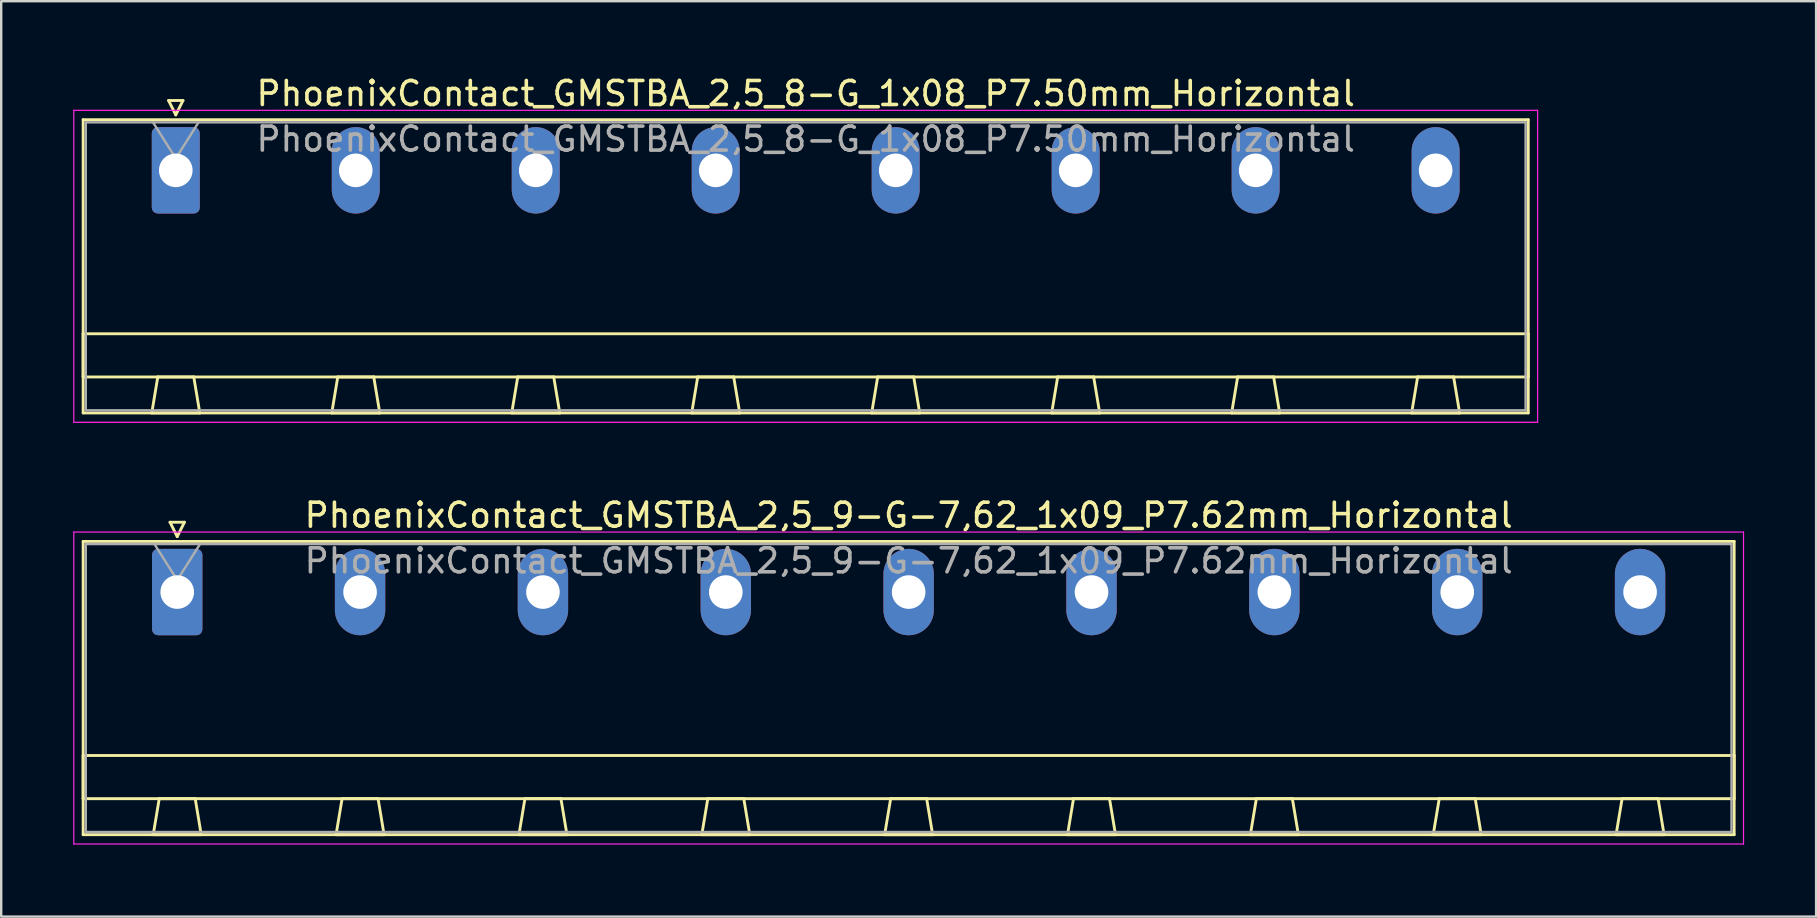
<source format=kicad_pcb>
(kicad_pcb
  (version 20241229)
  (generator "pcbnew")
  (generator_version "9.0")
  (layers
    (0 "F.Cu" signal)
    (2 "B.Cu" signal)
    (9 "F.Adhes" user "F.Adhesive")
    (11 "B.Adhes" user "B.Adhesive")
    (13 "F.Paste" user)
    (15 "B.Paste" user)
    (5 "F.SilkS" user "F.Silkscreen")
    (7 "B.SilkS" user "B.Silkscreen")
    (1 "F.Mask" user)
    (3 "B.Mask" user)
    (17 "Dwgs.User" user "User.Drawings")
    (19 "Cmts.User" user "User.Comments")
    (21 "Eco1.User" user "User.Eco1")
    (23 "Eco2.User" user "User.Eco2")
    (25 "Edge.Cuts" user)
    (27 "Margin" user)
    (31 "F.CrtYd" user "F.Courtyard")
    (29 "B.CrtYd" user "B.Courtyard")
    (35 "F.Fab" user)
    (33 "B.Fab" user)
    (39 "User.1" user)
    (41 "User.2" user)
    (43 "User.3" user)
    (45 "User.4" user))
  (footprint "PhoenixContact_GMSTBA_2,5_9-G-7,62_1x09_P7.62mm_Horizontal"
    (layer "F.Cu")
    (at 4.335 21.622)
    (property "Reference" "PhoenixContact_GMSTBA_2,5_9-G-7,62_1x09_P7.62mm_Horizontal" (at 30.48 -3.2 0) (layer "F.SilkS") (effects (font (size 1 1) (thickness 0.15))))
    (attr through_hole)
    (fp_line (start -3.92 -2.11) (end -3.92 10.11) (stroke (width 0.12) (type solid)) (layer "F.SilkS"))
    (fp_line (start -3.92 6.81) (end 64.88 6.81) (stroke (width 0.12) (type solid)) (layer "F.SilkS"))
    (fp_line (start -3.92 8.61) (end -3.92 6.81) (stroke (width 0.12) (type solid)) (layer "F.SilkS"))
    (fp_line (start -3.92 10.11) (end 64.88 10.11) (stroke (width 0.12) (type solid)) (layer "F.SilkS"))
    (fp_line (start -1 10.11) (end 1 10.11) (stroke (width 0.12) (type solid)) (layer "F.SilkS"))
    (fp_line (start -0.75 8.61) (end -1 10.11) (stroke (width 0.12) (type solid)) (layer "F.SilkS"))
    (fp_line (start -0.3 -2.91) (end 0.3 -2.91) (stroke (width 0.12) (type solid)) (layer "F.SilkS"))
    (fp_line (start 0 -2.31) (end -0.3 -2.91) (stroke (width 0.12) (type solid)) (layer "F.SilkS"))
    (fp_line (start 0.3 -2.91) (end 0 -2.31) (stroke (width 0.12) (type solid)) (layer "F.SilkS"))
    (fp_line (start 0.75 8.61) (end -0.75 8.61) (stroke (width 0.12) (type solid)) (layer "F.SilkS"))
    (fp_line (start 1 10.11) (end 0.75 8.61) (stroke (width 0.12) (type solid)) (layer "F.SilkS"))
    (fp_line (start 6.62 10.11) (end 8.62 10.11) (stroke (width 0.12) (type solid)) (layer "F.SilkS"))
    (fp_line (start 6.87 8.61) (end 6.62 10.11) (stroke (width 0.12) (type solid)) (layer "F.SilkS"))
    (fp_line (start 8.37 8.61) (end 6.87 8.61) (stroke (width 0.12) (type solid)) (layer "F.SilkS"))
    (fp_line (start 8.62 10.11) (end 8.37 8.61) (stroke (width 0.12) (type solid)) (layer "F.SilkS"))
    (fp_line (start 14.24 10.11) (end 16.24 10.11) (stroke (width 0.12) (type solid)) (layer "F.SilkS"))
    (fp_line (start 14.49 8.61) (end 14.24 10.11) (stroke (width 0.12) (type solid)) (layer "F.SilkS"))
    (fp_line (start 15.99 8.61) (end 14.49 8.61) (stroke (width 0.12) (type solid)) (layer "F.SilkS"))
    (fp_line (start 16.24 10.11) (end 15.99 8.61) (stroke (width 0.12) (type solid)) (layer "F.SilkS"))
    (fp_line (start 21.86 10.11) (end 23.86 10.11) (stroke (width 0.12) (type solid)) (layer "F.SilkS"))
    (fp_line (start 22.11 8.61) (end 21.86 10.11) (stroke (width 0.12) (type solid)) (layer "F.SilkS"))
    (fp_line (start 23.61 8.61) (end 22.11 8.61) (stroke (width 0.12) (type solid)) (layer "F.SilkS"))
    (fp_line (start 23.86 10.11) (end 23.61 8.61) (stroke (width 0.12) (type solid)) (layer "F.SilkS"))
    (fp_line (start 29.48 10.11) (end 31.48 10.11) (stroke (width 0.12) (type solid)) (layer "F.SilkS"))
    (fp_line (start 29.73 8.61) (end 29.48 10.11) (stroke (width 0.12) (type solid)) (layer "F.SilkS"))
    (fp_line (start 31.23 8.61) (end 29.73 8.61) (stroke (width 0.12) (type solid)) (layer "F.SilkS"))
    (fp_line (start 31.48 10.11) (end 31.23 8.61) (stroke (width 0.12) (type solid)) (layer "F.SilkS"))
    (fp_line (start 37.1 10.11) (end 39.1 10.11) (stroke (width 0.12) (type solid)) (layer "F.SilkS"))
    (fp_line (start 37.35 8.61) (end 37.1 10.11) (stroke (width 0.12) (type solid)) (layer "F.SilkS"))
    (fp_line (start 38.85 8.61) (end 37.35 8.61) (stroke (width 0.12) (type solid)) (layer "F.SilkS"))
    (fp_line (start 39.1 10.11) (end 38.85 8.61) (stroke (width 0.12) (type solid)) (layer "F.SilkS"))
    (fp_line (start 44.72 10.11) (end 46.72 10.11) (stroke (width 0.12) (type solid)) (layer "F.SilkS"))
    (fp_line (start 44.97 8.61) (end 44.72 10.11) (stroke (width 0.12) (type solid)) (layer "F.SilkS"))
    (fp_line (start 46.47 8.61) (end 44.97 8.61) (stroke (width 0.12) (type solid)) (layer "F.SilkS"))
    (fp_line (start 46.72 10.11) (end 46.47 8.61) (stroke (width 0.12) (type solid)) (layer "F.SilkS"))
    (fp_line (start 52.34 10.11) (end 54.34 10.11) (stroke (width 0.12) (type solid)) (layer "F.SilkS"))
    (fp_line (start 52.59 8.61) (end 52.34 10.11) (stroke (width 0.12) (type solid)) (layer "F.SilkS"))
    (fp_line (start 54.09 8.61) (end 52.59 8.61) (stroke (width 0.12) (type solid)) (layer "F.SilkS"))
    (fp_line (start 54.34 10.11) (end 54.09 8.61) (stroke (width 0.12) (type solid)) (layer "F.SilkS"))
    (fp_line (start 59.96 10.11) (end 61.96 10.11) (stroke (width 0.12) (type solid)) (layer "F.SilkS"))
    (fp_line (start 60.21 8.61) (end 59.96 10.11) (stroke (width 0.12) (type solid)) (layer "F.SilkS"))
    (fp_line (start 61.71 8.61) (end 60.21 8.61) (stroke (width 0.12) (type solid)) (layer "F.SilkS"))
    (fp_line (start 61.96 10.11) (end 61.71 8.61) (stroke (width 0.12) (type solid)) (layer "F.SilkS"))
    (fp_line (start 64.88 -2.11) (end -3.92 -2.11) (stroke (width 0.12) (type solid)) (layer "F.SilkS"))
    (fp_line (start 64.88 6.81) (end 64.88 8.61) (stroke (width 0.12) (type solid)) (layer "F.SilkS"))
    (fp_line (start 64.88 8.61) (end -3.92 8.61) (stroke (width 0.12) (type solid)) (layer "F.SilkS"))
    (fp_line (start 64.88 10.11) (end 64.88 -2.11) (stroke (width 0.12) (type solid)) (layer "F.SilkS"))
    (fp_line (start -4.31 -2.5) (end -4.31 10.5) (stroke (width 0.05) (type solid)) (layer "F.CrtYd"))
    (fp_line (start -4.31 10.5) (end 65.27 10.5) (stroke (width 0.05) (type solid)) (layer "F.CrtYd"))
    (fp_line (start 65.27 -2.5) (end -4.31 -2.5) (stroke (width 0.05) (type solid)) (layer "F.CrtYd"))
    (fp_line (start 65.27 10.5) (end 65.27 -2.5) (stroke (width 0.05) (type solid)) (layer "F.CrtYd"))
    (fp_line (start -3.81 -2) (end -3.81 10) (stroke (width 0.1) (type solid)) (layer "F.Fab"))
    (fp_line (start -3.81 10) (end 64.77 10) (stroke (width 0.1) (type solid)) (layer "F.Fab"))
    (fp_line (start 0 -0.5) (end -0.95 -2) (stroke (width 0.1) (type solid)) (layer "F.Fab"))
    (fp_line (start 0.95 -2) (end 0 -0.5) (stroke (width 0.1) (type solid)) (layer "F.Fab"))
    (fp_line (start 64.77 -2) (end -3.81 -2) (stroke (width 0.1) (type solid)) (layer "F.Fab"))
    (fp_line (start 64.77 10) (end 64.77 -2) (stroke (width 0.1) (type solid)) (layer "F.Fab"))
    (fp_text user "${REFERENCE}" (at 30.48 -1.3 0) (layer "F.Fab") (effects (font (size 1 1) (thickness 0.15))))
    (pad "1" thru_hole roundrect (at 0 0) (size 2.1 3.6) (drill 1.4) (layers "*.Cu" "*.Mask") (roundrect_rratio 0.119))
    (pad "2" thru_hole oval (at 7.62 0) (size 2.1 3.6) (drill 1.4) (layers "*.Cu" "*.Mask"))
    (pad "3" thru_hole oval (at 15.24 0) (size 2.1 3.6) (drill 1.4) (layers "*.Cu" "*.Mask"))
    (pad "4" thru_hole oval (at 22.86 0) (size 2.1 3.6) (drill 1.4) (layers "*.Cu" "*.Mask"))
    (pad "5" thru_hole oval (at 30.48 0) (size 2.1 3.6) (drill 1.4) (layers "*.Cu" "*.Mask"))
    (pad "6" thru_hole oval (at 38.1 0) (size 2.1 3.6) (drill 1.4) (layers "*.Cu" "*.Mask"))
    (pad "7" thru_hole oval (at 45.72 0) (size 2.1 3.6) (drill 1.4) (layers "*.Cu" "*.Mask"))
    (pad "8" thru_hole oval (at 53.34 0) (size 2.1 3.6) (drill 1.4) (layers "*.Cu" "*.Mask"))
    (pad "9" thru_hole oval (at 60.96 0) (size 2.1 3.6) (drill 1.4) (layers "*.Cu" "*.Mask")))
  (footprint "PhoenixContact_GMSTBA_2,5_8-G_1x08_P7.50mm_Horizontal"
    (layer "F.Cu")
    (at 4.275 4.048)
    (property "Reference" "PhoenixContact_GMSTBA_2,5_8-G_1x08_P7.50mm_Horizontal" (at 26.25 -3.2 0) (layer "F.SilkS") (effects (font (size 1 1) (thickness 0.15))))
    (attr through_hole)
    (fp_line (start -3.86 -2.11) (end -3.86 10.11) (stroke (width 0.12) (type solid)) (layer "F.SilkS"))
    (fp_line (start -3.86 6.81) (end 56.36 6.81) (stroke (width 0.12) (type solid)) (layer "F.SilkS"))
    (fp_line (start -3.86 8.61) (end -3.86 6.81) (stroke (width 0.12) (type solid)) (layer "F.SilkS"))
    (fp_line (start -3.86 10.11) (end 56.36 10.11) (stroke (width 0.12) (type solid)) (layer "F.SilkS"))
    (fp_line (start -1 10.11) (end 1 10.11) (stroke (width 0.12) (type solid)) (layer "F.SilkS"))
    (fp_line (start -0.75 8.61) (end -1 10.11) (stroke (width 0.12) (type solid)) (layer "F.SilkS"))
    (fp_line (start -0.3 -2.91) (end 0.3 -2.91) (stroke (width 0.12) (type solid)) (layer "F.SilkS"))
    (fp_line (start 0 -2.31) (end -0.3 -2.91) (stroke (width 0.12) (type solid)) (layer "F.SilkS"))
    (fp_line (start 0.3 -2.91) (end 0 -2.31) (stroke (width 0.12) (type solid)) (layer "F.SilkS"))
    (fp_line (start 0.75 8.61) (end -0.75 8.61) (stroke (width 0.12) (type solid)) (layer "F.SilkS"))
    (fp_line (start 1 10.11) (end 0.75 8.61) (stroke (width 0.12) (type solid)) (layer "F.SilkS"))
    (fp_line (start 6.5 10.11) (end 8.5 10.11) (stroke (width 0.12) (type solid)) (layer "F.SilkS"))
    (fp_line (start 6.75 8.61) (end 6.5 10.11) (stroke (width 0.12) (type solid)) (layer "F.SilkS"))
    (fp_line (start 8.25 8.61) (end 6.75 8.61) (stroke (width 0.12) (type solid)) (layer "F.SilkS"))
    (fp_line (start 8.5 10.11) (end 8.25 8.61) (stroke (width 0.12) (type solid)) (layer "F.SilkS"))
    (fp_line (start 14 10.11) (end 16 10.11) (stroke (width 0.12) (type solid)) (layer "F.SilkS"))
    (fp_line (start 14.25 8.61) (end 14 10.11) (stroke (width 0.12) (type solid)) (layer "F.SilkS"))
    (fp_line (start 15.75 8.61) (end 14.25 8.61) (stroke (width 0.12) (type solid)) (layer "F.SilkS"))
    (fp_line (start 16 10.11) (end 15.75 8.61) (stroke (width 0.12) (type solid)) (layer "F.SilkS"))
    (fp_line (start 21.5 10.11) (end 23.5 10.11) (stroke (width 0.12) (type solid)) (layer "F.SilkS"))
    (fp_line (start 21.75 8.61) (end 21.5 10.11) (stroke (width 0.12) (type solid)) (layer "F.SilkS"))
    (fp_line (start 23.25 8.61) (end 21.75 8.61) (stroke (width 0.12) (type solid)) (layer "F.SilkS"))
    (fp_line (start 23.5 10.11) (end 23.25 8.61) (stroke (width 0.12) (type solid)) (layer "F.SilkS"))
    (fp_line (start 29 10.11) (end 31 10.11) (stroke (width 0.12) (type solid)) (layer "F.SilkS"))
    (fp_line (start 29.25 8.61) (end 29 10.11) (stroke (width 0.12) (type solid)) (layer "F.SilkS"))
    (fp_line (start 30.75 8.61) (end 29.25 8.61) (stroke (width 0.12) (type solid)) (layer "F.SilkS"))
    (fp_line (start 31 10.11) (end 30.75 8.61) (stroke (width 0.12) (type solid)) (layer "F.SilkS"))
    (fp_line (start 36.5 10.11) (end 38.5 10.11) (stroke (width 0.12) (type solid)) (layer "F.SilkS"))
    (fp_line (start 36.75 8.61) (end 36.5 10.11) (stroke (width 0.12) (type solid)) (layer "F.SilkS"))
    (fp_line (start 38.25 8.61) (end 36.75 8.61) (stroke (width 0.12) (type solid)) (layer "F.SilkS"))
    (fp_line (start 38.5 10.11) (end 38.25 8.61) (stroke (width 0.12) (type solid)) (layer "F.SilkS"))
    (fp_line (start 44 10.11) (end 46 10.11) (stroke (width 0.12) (type solid)) (layer "F.SilkS"))
    (fp_line (start 44.25 8.61) (end 44 10.11) (stroke (width 0.12) (type solid)) (layer "F.SilkS"))
    (fp_line (start 45.75 8.61) (end 44.25 8.61) (stroke (width 0.12) (type solid)) (layer "F.SilkS"))
    (fp_line (start 46 10.11) (end 45.75 8.61) (stroke (width 0.12) (type solid)) (layer "F.SilkS"))
    (fp_line (start 51.5 10.11) (end 53.5 10.11) (stroke (width 0.12) (type solid)) (layer "F.SilkS"))
    (fp_line (start 51.75 8.61) (end 51.5 10.11) (stroke (width 0.12) (type solid)) (layer "F.SilkS"))
    (fp_line (start 53.25 8.61) (end 51.75 8.61) (stroke (width 0.12) (type solid)) (layer "F.SilkS"))
    (fp_line (start 53.5 10.11) (end 53.25 8.61) (stroke (width 0.12) (type solid)) (layer "F.SilkS"))
    (fp_line (start 56.36 -2.11) (end -3.86 -2.11) (stroke (width 0.12) (type solid)) (layer "F.SilkS"))
    (fp_line (start 56.36 6.81) (end 56.36 8.61) (stroke (width 0.12) (type solid)) (layer "F.SilkS"))
    (fp_line (start 56.36 8.61) (end -3.86 8.61) (stroke (width 0.12) (type solid)) (layer "F.SilkS"))
    (fp_line (start 56.36 10.11) (end 56.36 -2.11) (stroke (width 0.12) (type solid)) (layer "F.SilkS"))
    (fp_line (start -4.25 -2.5) (end -4.25 10.5) (stroke (width 0.05) (type solid)) (layer "F.CrtYd"))
    (fp_line (start -4.25 10.5) (end 56.75 10.5) (stroke (width 0.05) (type solid)) (layer "F.CrtYd"))
    (fp_line (start 56.75 -2.5) (end -4.25 -2.5) (stroke (width 0.05) (type solid)) (layer "F.CrtYd"))
    (fp_line (start 56.75 10.5) (end 56.75 -2.5) (stroke (width 0.05) (type solid)) (layer "F.CrtYd"))
    (fp_line (start -3.75 -2) (end -3.75 10) (stroke (width 0.1) (type solid)) (layer "F.Fab"))
    (fp_line (start -3.75 10) (end 56.25 10) (stroke (width 0.1) (type solid)) (layer "F.Fab"))
    (fp_line (start 0 -0.5) (end -0.95 -2) (stroke (width 0.1) (type solid)) (layer "F.Fab"))
    (fp_line (start 0.95 -2) (end 0 -0.5) (stroke (width 0.1) (type solid)) (layer "F.Fab"))
    (fp_line (start 56.25 -2) (end -3.75 -2) (stroke (width 0.1) (type solid)) (layer "F.Fab"))
    (fp_line (start 56.25 10) (end 56.25 -2) (stroke (width 0.1) (type solid)) (layer "F.Fab"))
    (fp_text user "${REFERENCE}" (at 26.25 -1.3 0) (layer "F.Fab") (effects (font (size 1 1) (thickness 0.15))))
    (pad "1" thru_hole roundrect (at 0 0) (size 2 3.6) (drill 1.4) (layers "*.Cu" "*.Mask") (roundrect_rratio 0.125))
    (pad "2" thru_hole oval (at 7.5 0) (size 2 3.6) (drill 1.4) (layers "*.Cu" "*.Mask"))
    (pad "3" thru_hole oval (at 15 0) (size 2 3.6) (drill 1.4) (layers "*.Cu" "*.Mask"))
    (pad "4" thru_hole oval (at 22.5 0) (size 2 3.6) (drill 1.4) (layers "*.Cu" "*.Mask"))
    (pad "5" thru_hole oval (at 30 0) (size 2 3.6) (drill 1.4) (layers "*.Cu" "*.Mask"))
    (pad "6" thru_hole oval (at 37.5 0) (size 2 3.6) (drill 1.4) (layers "*.Cu" "*.Mask"))
    (pad "7" thru_hole oval (at 45 0) (size 2 3.6) (drill 1.4) (layers "*.Cu" "*.Mask"))
    (pad "8" thru_hole oval (at 52.5 0) (size 2 3.6) (drill 1.4) (layers "*.Cu" "*.Mask")))
  (gr_rect
    (start -3 -3)
    (end 72.63 35.147)
    (stroke (width 0.1) (type default))
    (fill no)
    (layer "Edge.Cuts")))
</source>
